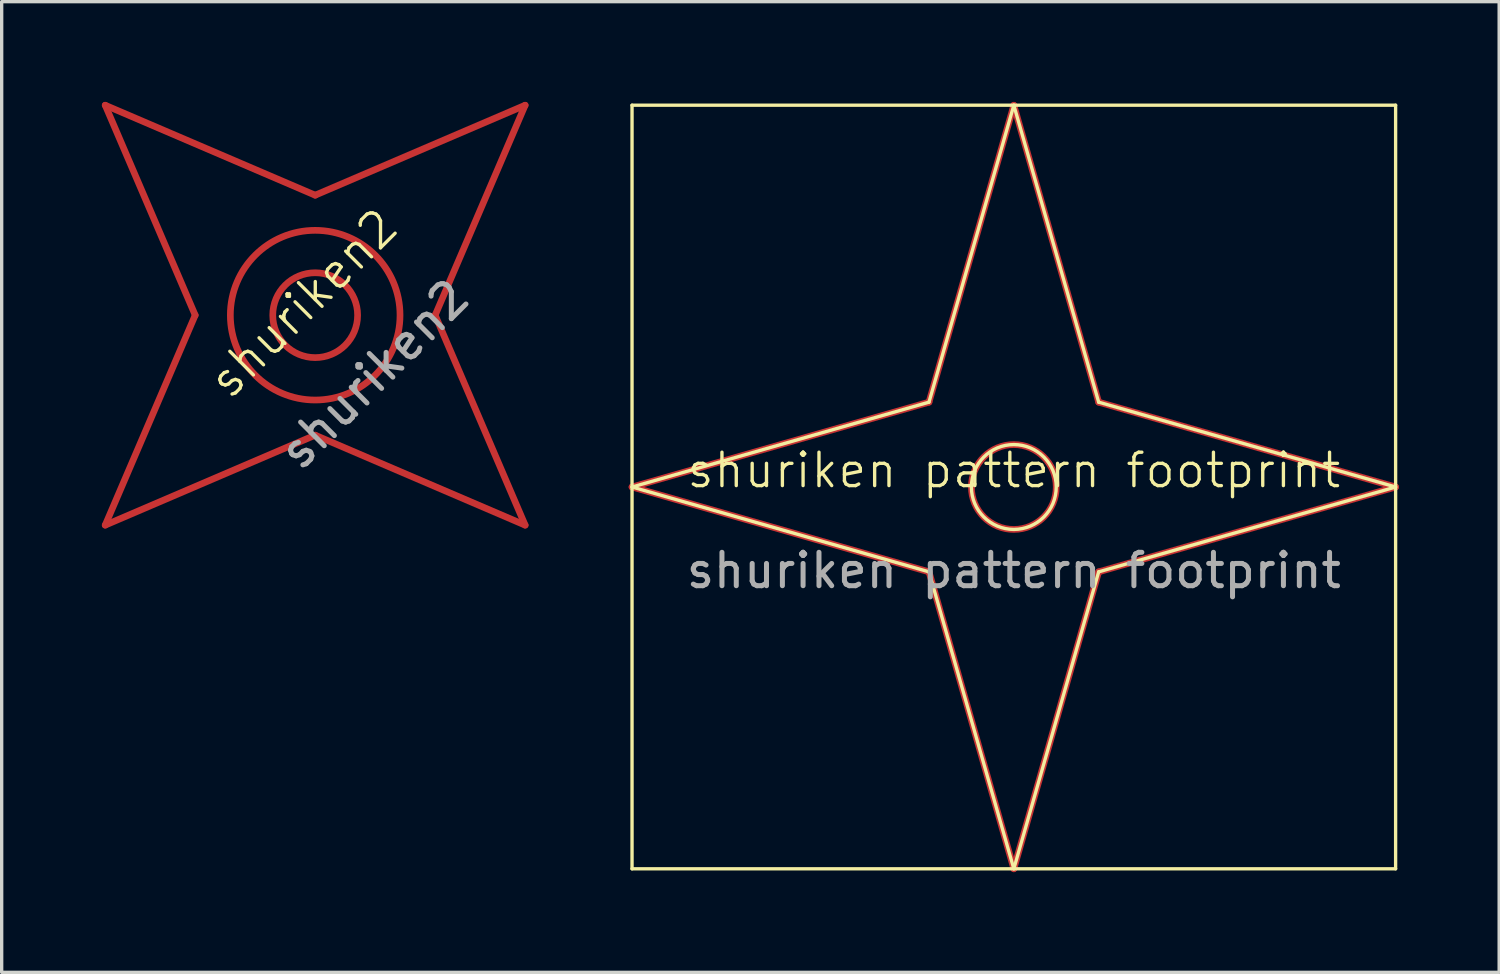
<source format=kicad_pcb>
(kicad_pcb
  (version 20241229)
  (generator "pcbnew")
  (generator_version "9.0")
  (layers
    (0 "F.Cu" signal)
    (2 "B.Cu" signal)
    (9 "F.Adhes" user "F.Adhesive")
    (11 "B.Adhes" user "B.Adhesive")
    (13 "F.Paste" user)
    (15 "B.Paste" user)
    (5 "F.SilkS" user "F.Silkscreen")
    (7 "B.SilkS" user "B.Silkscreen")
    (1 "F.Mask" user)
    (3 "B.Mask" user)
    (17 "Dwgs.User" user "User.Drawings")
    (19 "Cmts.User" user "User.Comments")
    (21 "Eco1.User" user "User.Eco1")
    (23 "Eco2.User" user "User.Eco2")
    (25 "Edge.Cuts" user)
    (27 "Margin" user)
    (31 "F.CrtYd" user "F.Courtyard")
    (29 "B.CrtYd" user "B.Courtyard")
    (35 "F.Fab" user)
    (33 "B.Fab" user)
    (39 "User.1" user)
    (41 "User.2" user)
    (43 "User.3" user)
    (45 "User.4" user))
  (footprint "shuriken2"
    (layer "F.Cu")
    (at 6.386 6.386)
    (property "Reference" "shuriken2" (at -0.354 -0.354 45) (unlocked yes) (layer "F.SilkS") (effects (font (size 1 1) (thickness 0.1))))
    (attr smd)
    (fp_line (start -6.286 -6.286) (end 0 -3.592) (stroke (width 0.2) (type default)) (layer "F.Cu"))
    (fp_line (start -6.286 6.286) (end -3.592 0) (stroke (width 0.2) (type default)) (layer "F.Cu"))
    (fp_line (start -3.592 0) (end -6.286 -6.286) (stroke (width 0.2) (type default)) (layer "F.Cu"))
    (fp_line (start 0 -3.592) (end 6.286 -6.286) (stroke (width 0.2) (type default)) (layer "F.Cu"))
    (fp_line (start 0 3.592) (end -6.286 6.286) (stroke (width 0.2) (type default)) (layer "F.Cu"))
    (fp_line (start 3.592 0) (end 6.286 6.286) (stroke (width 0.2) (type default)) (layer "F.Cu"))
    (fp_line (start 6.286 -6.286) (end 3.592 0) (stroke (width 0.2) (type default)) (layer "F.Cu"))
    (fp_line (start 6.286 6.286) (end 0 3.592) (stroke (width 0.2) (type default)) (layer "F.Cu"))
    (fp_circle (center 0 0) (end 0.898 -0.898) (stroke (width 0.2) (type default)) (fill no) (layer "F.Cu"))
    (fp_circle (center 0 0) (end 1.796 -1.796) (stroke (width 0.2) (type default)) (fill no) (layer "F.Cu"))
    (fp_text user "${REFERENCE}" (at 1.768 1.768 45) (unlocked yes) (layer "F.Fab") (effects (font (size 1 1) (thickness 0.15)))))
  (footprint "shuriken pattern footprint"
    (layer "F.Cu")
    (at 27.302 11.53)
    (property "Reference" "shuriken pattern footprint" (at 0 -0.5 0) (unlocked yes) (layer "F.SilkS") (effects (font (size 1 1) (thickness 0.1))))
    (attr smd)
    (fp_line (start -11.43 0) (end -2.54 2.54) (stroke (width 0.2) (type default)) (layer "F.Cu"))
    (fp_line (start -2.54 -2.54) (end -11.43 0) (stroke (width 0.2) (type default)) (layer "F.Cu"))
    (fp_line (start -2.54 2.54) (end 0 11.43) (stroke (width 0.2) (type default)) (layer "F.Cu"))
    (fp_line (start 0 -11.43) (end -2.54 -2.54) (stroke (width 0.2) (type default)) (layer "F.Cu"))
    (fp_line (start 0 11.43) (end 2.54 2.54) (stroke (width 0.2) (type default)) (layer "F.Cu"))
    (fp_line (start 2.54 -2.54) (end 0 -11.43) (stroke (width 0.2) (type default)) (layer "F.Cu"))
    (fp_line (start 2.54 2.54) (end 11.43 0) (stroke (width 0.2) (type default)) (layer "F.Cu"))
    (fp_line (start 11.43 0) (end 2.54 -2.54) (stroke (width 0.2) (type default)) (layer "F.Cu"))
    (fp_circle (center 0 0) (end 0 1.27) (stroke (width 0.2) (type default)) (fill no) (layer "F.Cu"))
    (fp_line (start -11.43 11.43) (end -11.43 -11.43) (stroke (width 0.1) (type default)) (layer "F.SilkS"))
    (fp_line (start -2.54 -2.54) (end -11.43 0) (stroke (width 0.1) (type default)) (layer "F.SilkS"))
    (fp_line (start -2.54 2.54) (end -11.43 0) (stroke (width 0.1) (type default)) (layer "F.SilkS"))
    (fp_line (start -2.54 2.54) (end 0 11.43) (stroke (width 0.1) (type default)) (layer "F.SilkS"))
    (fp_line (start 0 -11.43) (end -2.54 -2.54) (stroke (width 0.1) (type default)) (layer "F.SilkS"))
    (fp_line (start 0 -11.43) (end 2.54 -2.54) (stroke (width 0.1) (type default)) (layer "F.SilkS"))
    (fp_line (start 0 11.43) (end 2.54 2.54) (stroke (width 0.1) (type default)) (layer "F.SilkS"))
    (fp_line (start 11.43 -11.43) (end -11.43 -11.43) (stroke (width 0.1) (type default)) (layer "F.SilkS"))
    (fp_line (start 11.43 -11.43) (end 11.43 11.43) (stroke (width 0.1) (type default)) (layer "F.SilkS"))
    (fp_line (start 11.43 0) (end 2.54 -2.54) (stroke (width 0.1) (type default)) (layer "F.SilkS"))
    (fp_line (start 11.43 0) (end 2.54 2.54) (stroke (width 0.1) (type default)) (layer "F.SilkS"))
    (fp_line (start 11.43 11.43) (end -11.43 11.43) (stroke (width 0.1) (type default)) (layer "F.SilkS"))
    (fp_circle (center 0 0) (end 0 -1.27) (stroke (width 0.1) (type default)) (fill no) (layer "F.SilkS"))
    (fp_text user "${REFERENCE}" (at 0 2.5 0) (unlocked yes) (layer "F.Fab") (effects (font (size 1 1) (thickness 0.15))))
    (zone (net_name "") (layer "F.Cu") (hatch edge 0.5) (connect_pads) (min_thickness 0.25) (filled_areas_thickness no) (keepout (tracks not_allowed) (vias not_allowed) (pads not_allowed) (copperpour allowed) (footprints allowed)) (placement (enabled no)) (fill) (polygon (pts (xy 38.732 11.53) (xy 29.842 8.99) (xy 27.302 0.1) (xy 24.762 8.99) (xy 15.872 11.53) (xy 24.762 14.07) (xy 27.302 22.96) (xy 29.842 14.07)))))
  (gr_rect
    (start -3 -3)
    (end 41.832 26.06)
    (stroke (width 0.1) (type default))
    (fill no)
    (layer "Edge.Cuts")))
</source>
